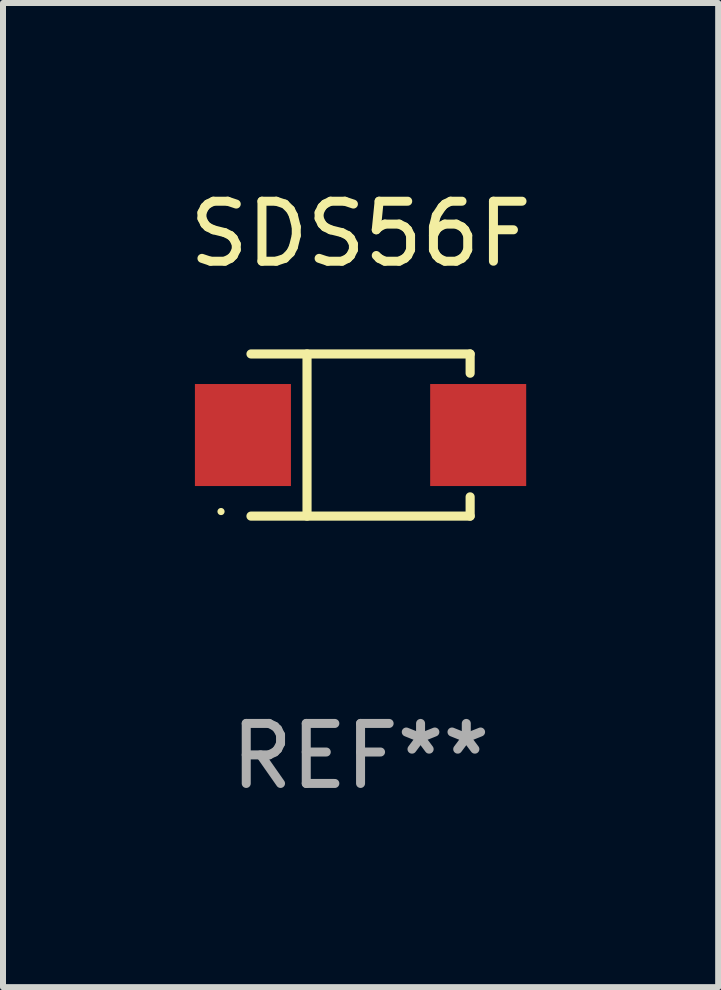
<source format=kicad_pcb>
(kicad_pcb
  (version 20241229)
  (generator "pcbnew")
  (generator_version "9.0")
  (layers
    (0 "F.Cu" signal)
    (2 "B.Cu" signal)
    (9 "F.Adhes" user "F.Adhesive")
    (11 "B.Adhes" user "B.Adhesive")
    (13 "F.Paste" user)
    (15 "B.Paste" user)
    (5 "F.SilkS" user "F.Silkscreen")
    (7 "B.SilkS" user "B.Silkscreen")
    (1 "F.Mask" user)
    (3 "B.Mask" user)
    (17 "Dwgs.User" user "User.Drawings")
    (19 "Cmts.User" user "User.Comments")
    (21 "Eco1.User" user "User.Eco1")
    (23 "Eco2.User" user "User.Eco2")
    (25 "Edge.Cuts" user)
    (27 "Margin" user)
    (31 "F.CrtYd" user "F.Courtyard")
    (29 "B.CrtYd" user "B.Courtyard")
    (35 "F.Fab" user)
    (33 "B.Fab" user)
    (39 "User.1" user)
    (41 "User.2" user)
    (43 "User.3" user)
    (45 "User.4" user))
  (footprint "SDS56F"
    (layer "F.Cu")
    (at 2.958 4.199)
    (property "Reference" "SDS56F" (at 0 -3.351 0) (layer "F.SilkS") (effects (font (size 1 1) (thickness 0.15))))
    (attr through_hole)
    (fp_line (start -1.826 -1.351) (end 1.826 -1.351) (stroke (width 0.152) (type solid)) (layer "F.SilkS"))
    (fp_line (start -1.826 1.351) (end 1.826 1.351) (stroke (width 0.152) (type solid)) (layer "F.SilkS"))
    (fp_line (start -0.892 -1.351) (end -0.892 1.351) (stroke (width 0.152) (type solid)) (layer "F.SilkS"))
    (fp_line (start 1.826 -1.351) (end 1.826 -1.03) (stroke (width 0.152) (type solid)) (layer "F.SilkS"))
    (fp_line (start 1.826 1.03) (end 1.826 1.351) (stroke (width 0.152) (type solid)) (layer "F.SilkS"))
    (fp_circle (center -2.325 1.275) (end -2.295 1.275) (stroke (width 0.06) (type solid)) (fill no) (layer "F.SilkS"))
    (fp_text user "REF**" (at 0 5.351 0) (layer "F.Fab") (effects (font (size 1 1) (thickness 0.15))))
    (pad "1" smd rect (at -1.96 0 180) (size 1.6 1.7) (layers "F.Cu" "F.Mask" "F.Paste"))
    (pad "2" smd rect (at 1.96 0 180) (size 1.6 1.7) (layers "F.Cu" "F.Mask" "F.Paste")))
  (gr_rect
    (start -3 -3)
    (end 8.917 13.399)
    (stroke (width 0.1) (type default))
    (fill no)
    (layer "Edge.Cuts")))
</source>
